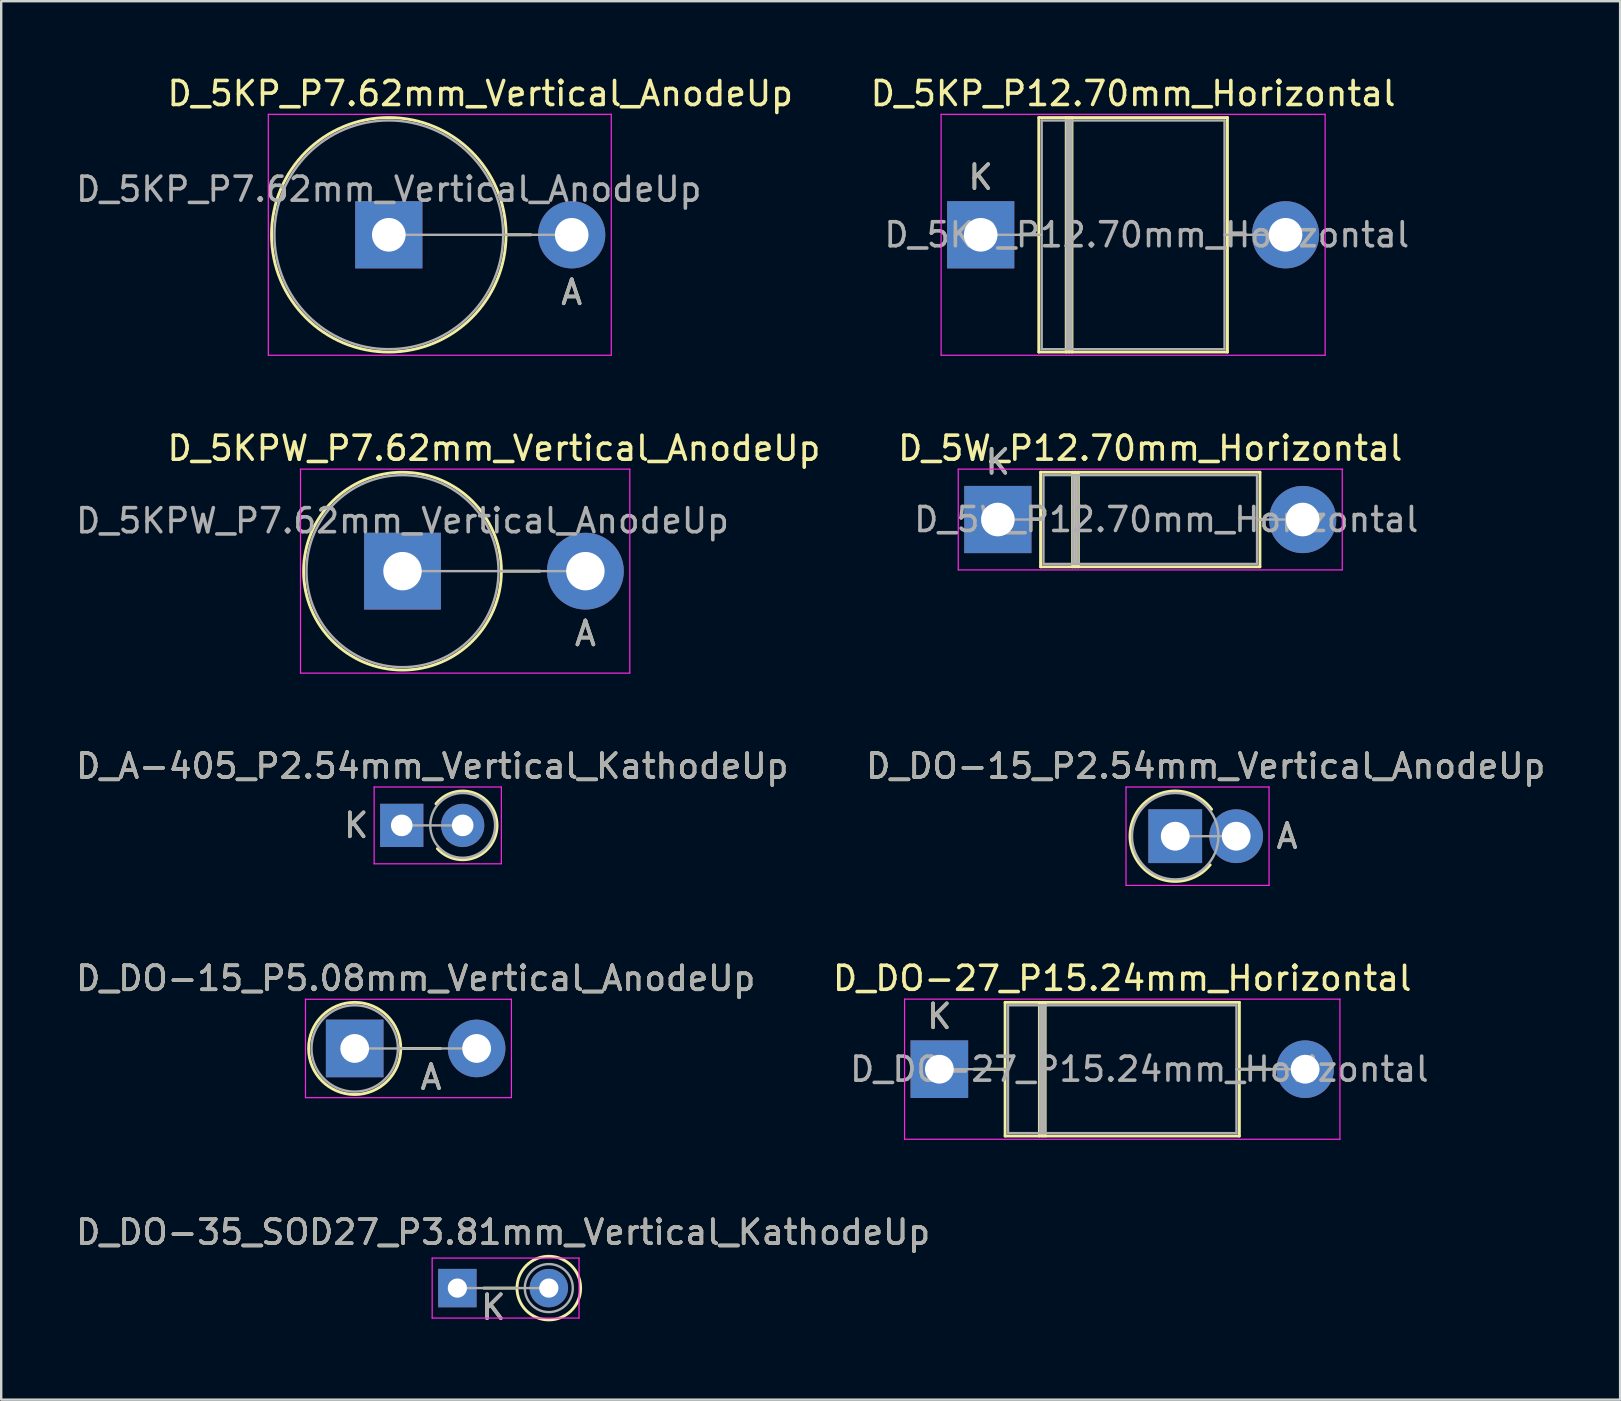
<source format=kicad_pcb>
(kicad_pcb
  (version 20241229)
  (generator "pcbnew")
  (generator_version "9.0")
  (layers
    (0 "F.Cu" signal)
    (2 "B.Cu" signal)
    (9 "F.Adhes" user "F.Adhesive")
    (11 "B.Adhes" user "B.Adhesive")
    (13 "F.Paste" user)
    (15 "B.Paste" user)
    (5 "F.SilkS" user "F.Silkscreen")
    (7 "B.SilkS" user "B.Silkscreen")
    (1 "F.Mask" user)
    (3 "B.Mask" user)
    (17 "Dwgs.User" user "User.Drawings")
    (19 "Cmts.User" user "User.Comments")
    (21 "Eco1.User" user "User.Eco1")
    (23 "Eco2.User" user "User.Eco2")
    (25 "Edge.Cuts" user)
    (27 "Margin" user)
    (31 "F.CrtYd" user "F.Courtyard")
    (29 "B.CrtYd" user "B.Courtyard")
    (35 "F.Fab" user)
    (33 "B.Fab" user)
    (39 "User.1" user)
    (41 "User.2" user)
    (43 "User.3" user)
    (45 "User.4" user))
  (footprint "D_DO-15_P5.08mm_Vertical_AnodeUp"
    (layer "F.Cu")
    (at 11.728 40.633)
    (property "Reference" "D_DO-15_P5.08mm_Vertical_AnodeUp" (at 2.54 -2.92 0) (layer "F.SilkS") (effects (font (size 1 1) (thickness 0.15))))
    (attr through_hole)
    (fp_line (start 1.92 0) (end 3.58 0) (stroke (width 0.12) (type solid)) (layer "F.SilkS"))
    (fp_circle (center 0 0) (end 1.92 0) (stroke (width 0.12) (type solid)) (fill no) (layer "F.SilkS"))
    (fp_line (start -2.05 -2.05) (end -2.05 2.05) (stroke (width 0.05) (type solid)) (layer "F.CrtYd"))
    (fp_line (start -2.05 2.05) (end 6.53 2.05) (stroke (width 0.05) (type solid)) (layer "F.CrtYd"))
    (fp_line (start 6.53 -2.05) (end -2.05 -2.05) (stroke (width 0.05) (type solid)) (layer "F.CrtYd"))
    (fp_line (start 6.53 2.05) (end 6.53 -2.05) (stroke (width 0.05) (type solid)) (layer "F.CrtYd"))
    (fp_line (start 0 0) (end 5.08 0) (stroke (width 0.1) (type solid)) (layer "F.Fab"))
    (fp_circle (center 0 0) (end 1.8 0) (stroke (width 0.1) (type solid)) (fill no) (layer "F.Fab"))
    (fp_text user "A" (at 3.18 1.2 0) (layer "F.SilkS") (effects (font (size 1 1) (thickness 0.15))))
    (fp_text user "A" (at 3.18 1.2 0) (layer "F.Fab") (effects (font (size 1 1) (thickness 0.15))))
    (fp_text user "${REFERENCE}" (at 2.54 -2.92 0) (layer "F.Fab") (effects (font (size 1 1) (thickness 0.15))))
    (pad "1" thru_hole rect (at 0 0) (size 2.4 2.4) (drill 1.2) (layers "*.Cu" "*.Mask"))
    (pad "2" thru_hole oval (at 5.08 0) (size 2.4 2.4) (drill 1.2) (layers "*.Cu" "*.Mask")))
  (footprint "D_DO-15_P2.54mm_Vertical_AnodeUp"
    (layer "F.Cu")
    (at 45.915 31.79)
    (property "Reference" "D_DO-15_P2.54mm_Vertical_AnodeUp" (at 1.27 -2.92 0) (layer "F.SilkS") (effects (font (size 1 1) (thickness 0.15))))
    (attr through_hole)
    (fp_arc (start 1.456371 1.194732) (mid -1.883124 -0.047368) (end 1.514596 -1.12) (stroke (width 0.12) (type solid)) (layer "F.SilkS"))
    (fp_line (start -2.05 -2.05) (end -2.05 2.05) (stroke (width 0.05) (type solid)) (layer "F.CrtYd"))
    (fp_line (start -2.05 2.05) (end 3.91 2.05) (stroke (width 0.05) (type solid)) (layer "F.CrtYd"))
    (fp_line (start 3.91 -2.05) (end -2.05 -2.05) (stroke (width 0.05) (type solid)) (layer "F.CrtYd"))
    (fp_line (start 3.91 2.05) (end 3.91 -2.05) (stroke (width 0.05) (type solid)) (layer "F.CrtYd"))
    (fp_line (start 0 0) (end 2.54 0) (stroke (width 0.1) (type solid)) (layer "F.Fab"))
    (fp_circle (center 0 0) (end 1.8 0) (stroke (width 0.1) (type solid)) (fill no) (layer "F.Fab"))
    (fp_text user "A" (at 4.66 0 0) (layer "F.SilkS") (effects (font (size 1 1) (thickness 0.15))))
    (fp_text user "A" (at 4.66 0 0) (layer "F.Fab") (effects (font (size 1 1) (thickness 0.15))))
    (fp_text user "${REFERENCE}" (at 1.27 -2.92 0) (layer "F.Fab") (effects (font (size 1 1) (thickness 0.15))))
    (pad "1" thru_hole rect (at 0 0) (size 2.24 2.24) (drill 1.2) (layers "*.Cu" "*.Mask"))
    (pad "2" thru_hole oval (at 2.54 0) (size 2.24 2.24) (drill 1.2) (layers "*.Cu" "*.Mask")))
  (footprint "D_DO-27_P15.24mm_Horizontal"
    (layer "F.Cu")
    (at 36.088 41.498)
    (property "Reference" "D_DO-27_P15.24mm_Horizontal" (at 7.62 -3.785 0) (layer "F.SilkS") (effects (font (size 1 1) (thickness 0.15))))
    (attr through_hole)
    (fp_line (start 1.44 0) (end 2.74 0) (stroke (width 0.12) (type solid)) (layer "F.SilkS"))
    (fp_line (start 2.74 -2.785) (end 2.74 2.785) (stroke (width 0.12) (type solid)) (layer "F.SilkS"))
    (fp_line (start 2.74 2.785) (end 12.5 2.785) (stroke (width 0.12) (type solid)) (layer "F.SilkS"))
    (fp_line (start 4.168 -2.785) (end 4.168 2.785) (stroke (width 0.12) (type solid)) (layer "F.SilkS"))
    (fp_line (start 4.288 -2.785) (end 4.288 2.785) (stroke (width 0.12) (type solid)) (layer "F.SilkS"))
    (fp_line (start 4.408 -2.785) (end 4.408 2.785) (stroke (width 0.12) (type solid)) (layer "F.SilkS"))
    (fp_line (start 12.5 -2.785) (end 2.74 -2.785) (stroke (width 0.12) (type solid)) (layer "F.SilkS"))
    (fp_line (start 12.5 2.785) (end 12.5 -2.785) (stroke (width 0.12) (type solid)) (layer "F.SilkS"))
    (fp_line (start 13.8 0) (end 12.5 0) (stroke (width 0.12) (type solid)) (layer "F.SilkS"))
    (fp_line (start -1.45 -2.92) (end -1.45 2.92) (stroke (width 0.05) (type solid)) (layer "F.CrtYd"))
    (fp_line (start -1.45 2.92) (end 16.69 2.92) (stroke (width 0.05) (type solid)) (layer "F.CrtYd"))
    (fp_line (start 16.69 -2.92) (end -1.45 -2.92) (stroke (width 0.05) (type solid)) (layer "F.CrtYd"))
    (fp_line (start 16.69 2.92) (end 16.69 -2.92) (stroke (width 0.05) (type solid)) (layer "F.CrtYd"))
    (fp_line (start 0 0) (end 2.86 0) (stroke (width 0.1) (type solid)) (layer "F.Fab"))
    (fp_line (start 2.86 -2.665) (end 2.86 2.665) (stroke (width 0.1) (type solid)) (layer "F.Fab"))
    (fp_line (start 2.86 2.665) (end 12.38 2.665) (stroke (width 0.1) (type solid)) (layer "F.Fab"))
    (fp_line (start 4.188 -2.665) (end 4.188 2.665) (stroke (width 0.1) (type solid)) (layer "F.Fab"))
    (fp_line (start 4.288 -2.665) (end 4.288 2.665) (stroke (width 0.1) (type solid)) (layer "F.Fab"))
    (fp_line (start 4.388 -2.665) (end 4.388 2.665) (stroke (width 0.1) (type solid)) (layer "F.Fab"))
    (fp_line (start 12.38 -2.665) (end 2.86 -2.665) (stroke (width 0.1) (type solid)) (layer "F.Fab"))
    (fp_line (start 12.38 2.665) (end 12.38 -2.665) (stroke (width 0.1) (type solid)) (layer "F.Fab"))
    (fp_line (start 15.24 0) (end 12.38 0) (stroke (width 0.1) (type solid)) (layer "F.Fab"))
    (fp_text user "K" (at 0 -2.2 0) (layer "F.SilkS") (effects (font (size 1 1) (thickness 0.15))))
    (fp_text user "K" (at 0 -2.2 0) (layer "F.Fab") (effects (font (size 1 1) (thickness 0.15))))
    (fp_text user "${REFERENCE}" (at 8.334 0 0) (layer "F.Fab") (effects (font (size 1 1) (thickness 0.15))))
    (pad "1" thru_hole rect (at 0 0) (size 2.4 2.4) (drill 1.2) (layers "*.Cu" "*.Mask"))
    (pad "2" thru_hole oval (at 15.24 0) (size 2.4 2.4) (drill 1.2) (layers "*.Cu" "*.Mask")))
  (footprint "D_5KP_P7.62mm_Vertical_AnodeUp"
    (layer "F.Cu")
    (at 13.149 6.733)
    (property "Reference" "D_5KP_P7.62mm_Vertical_AnodeUp" (at 3.81 -5.885 0) (layer "F.SilkS") (effects (font (size 1 1) (thickness 0.15))))
    (attr through_hole)
    (fp_line (start 4.885 0) (end 5.92 0) (stroke (width 0.12) (type solid)) (layer "F.SilkS"))
    (fp_circle (center 0 0) (end 4.885 0) (stroke (width 0.12) (type solid)) (fill no) (layer "F.SilkS"))
    (fp_line (start -5.02 -5.02) (end -5.02 5.02) (stroke (width 0.05) (type solid)) (layer "F.CrtYd"))
    (fp_line (start -5.02 5.02) (end 9.27 5.02) (stroke (width 0.05) (type solid)) (layer "F.CrtYd"))
    (fp_line (start 9.27 -5.02) (end -5.02 -5.02) (stroke (width 0.05) (type solid)) (layer "F.CrtYd"))
    (fp_line (start 9.27 5.02) (end 9.27 -5.02) (stroke (width 0.05) (type solid)) (layer "F.CrtYd"))
    (fp_line (start 0 0) (end 7.62 0) (stroke (width 0.1) (type solid)) (layer "F.Fab"))
    (fp_circle (center 0 0) (end 4.765 0) (stroke (width 0.1) (type solid)) (fill no) (layer "F.Fab"))
    (fp_text user "A" (at 7.62 2.4 0) (layer "F.SilkS") (effects (font (size 1 1) (thickness 0.15))))
    (fp_text user "A" (at 7.62 2.4 0) (layer "F.Fab") (effects (font (size 1 1) (thickness 0.15))))
    (fp_text user "${REFERENCE}" (at 0 -1.9 0) (layer "F.Fab") (effects (font (size 1 1) (thickness 0.15))))
    (pad "1" thru_hole rect (at 0 0) (size 2.8 2.8) (drill 1.4) (layers "*.Cu" "*.Mask"))
    (pad "2" thru_hole oval (at 7.62 0) (size 2.8 2.8) (drill 1.4) (layers "*.Cu" "*.Mask")))
  (footprint "D_5W_P12.70mm_Horizontal"
    (layer "F.Cu")
    (at 38.525 18.596)
    (property "Reference" "D_5W_P12.70mm_Horizontal" (at 6.35 -2.97 0) (layer "F.SilkS") (effects (font (size 1 1) (thickness 0.15))))
    (attr through_hole)
    (fp_line (start 1.64 0) (end 1.78 0) (stroke (width 0.12) (type solid)) (layer "F.SilkS"))
    (fp_line (start 1.78 -1.97) (end 1.78 1.97) (stroke (width 0.12) (type solid)) (layer "F.SilkS"))
    (fp_line (start 1.78 1.97) (end 10.92 1.97) (stroke (width 0.12) (type solid)) (layer "F.SilkS"))
    (fp_line (start 3.115 -1.97) (end 3.115 1.97) (stroke (width 0.12) (type solid)) (layer "F.SilkS"))
    (fp_line (start 3.235 -1.97) (end 3.235 1.97) (stroke (width 0.12) (type solid)) (layer "F.SilkS"))
    (fp_line (start 3.355 -1.97) (end 3.355 1.97) (stroke (width 0.12) (type solid)) (layer "F.SilkS"))
    (fp_line (start 10.92 -1.97) (end 1.78 -1.97) (stroke (width 0.12) (type solid)) (layer "F.SilkS"))
    (fp_line (start 10.92 1.97) (end 10.92 -1.97) (stroke (width 0.12) (type solid)) (layer "F.SilkS"))
    (fp_line (start 11.06 0) (end 10.92 0) (stroke (width 0.12) (type solid)) (layer "F.SilkS"))
    (fp_line (start -1.65 -2.1) (end -1.65 2.1) (stroke (width 0.05) (type solid)) (layer "F.CrtYd"))
    (fp_line (start -1.65 2.1) (end 14.35 2.1) (stroke (width 0.05) (type solid)) (layer "F.CrtYd"))
    (fp_line (start 14.35 -2.1) (end -1.65 -2.1) (stroke (width 0.05) (type solid)) (layer "F.CrtYd"))
    (fp_line (start 14.35 2.1) (end 14.35 -2.1) (stroke (width 0.05) (type solid)) (layer "F.CrtYd"))
    (fp_line (start 0 0) (end 1.9 0) (stroke (width 0.1) (type solid)) (layer "F.Fab"))
    (fp_line (start 1.9 -1.85) (end 1.9 1.85) (stroke (width 0.1) (type solid)) (layer "F.Fab"))
    (fp_line (start 1.9 1.85) (end 10.8 1.85) (stroke (width 0.1) (type solid)) (layer "F.Fab"))
    (fp_line (start 3.135 -1.85) (end 3.135 1.85) (stroke (width 0.1) (type solid)) (layer "F.Fab"))
    (fp_line (start 3.235 -1.85) (end 3.235 1.85) (stroke (width 0.1) (type solid)) (layer "F.Fab"))
    (fp_line (start 3.335 -1.85) (end 3.335 1.85) (stroke (width 0.1) (type solid)) (layer "F.Fab"))
    (fp_line (start 10.8 -1.85) (end 1.9 -1.85) (stroke (width 0.1) (type solid)) (layer "F.Fab"))
    (fp_line (start 10.8 1.85) (end 10.8 -1.85) (stroke (width 0.1) (type solid)) (layer "F.Fab"))
    (fp_line (start 12.7 0) (end 10.8 0) (stroke (width 0.1) (type solid)) (layer "F.Fab"))
    (fp_text user "K" (at 0 -2.4 0) (layer "F.SilkS") (effects (font (size 1 1) (thickness 0.15))))
    (fp_text user "K" (at 0 -2.4 0) (layer "F.Fab") (effects (font (size 1 1) (thickness 0.15))))
    (fp_text user "${REFERENCE}" (at 7.018 0 0) (layer "F.Fab") (effects (font (size 1 1) (thickness 0.15))))
    (pad "1" thru_hole rect (at 0 0) (size 2.8 2.8) (drill 1.4) (layers "*.Cu" "*.Mask"))
    (pad "2" thru_hole oval (at 12.7 0) (size 2.8 2.8) (drill 1.4) (layers "*.Cu" "*.Mask")))
  (footprint "D_5KP_P12.70mm_Horizontal"
    (layer "F.Cu")
    (at 37.811 6.733)
    (property "Reference" "D_5KP_P12.70mm_Horizontal" (at 6.35 -5.885 0) (layer "F.SilkS") (effects (font (size 1 1) (thickness 0.15))))
    (attr through_hole)
    (fp_line (start 1.64 0) (end 2.42 0) (stroke (width 0.12) (type solid)) (layer "F.SilkS"))
    (fp_line (start 2.42 -4.885) (end 2.42 4.885) (stroke (width 0.12) (type solid)) (layer "F.SilkS"))
    (fp_line (start 2.42 4.885) (end 10.28 4.885) (stroke (width 0.12) (type solid)) (layer "F.SilkS"))
    (fp_line (start 3.563 -4.885) (end 3.563 4.885) (stroke (width 0.12) (type solid)) (layer "F.SilkS"))
    (fp_line (start 3.683 -4.885) (end 3.683 4.885) (stroke (width 0.12) (type solid)) (layer "F.SilkS"))
    (fp_line (start 3.803 -4.885) (end 3.803 4.885) (stroke (width 0.12) (type solid)) (layer "F.SilkS"))
    (fp_line (start 10.28 -4.885) (end 2.42 -4.885) (stroke (width 0.12) (type solid)) (layer "F.SilkS"))
    (fp_line (start 10.28 4.885) (end 10.28 -4.885) (stroke (width 0.12) (type solid)) (layer "F.SilkS"))
    (fp_line (start 11.06 0) (end 10.28 0) (stroke (width 0.12) (type solid)) (layer "F.SilkS"))
    (fp_line (start -1.65 -5.02) (end -1.65 5.02) (stroke (width 0.05) (type solid)) (layer "F.CrtYd"))
    (fp_line (start -1.65 5.02) (end 14.35 5.02) (stroke (width 0.05) (type solid)) (layer "F.CrtYd"))
    (fp_line (start 14.35 -5.02) (end -1.65 -5.02) (stroke (width 0.05) (type solid)) (layer "F.CrtYd"))
    (fp_line (start 14.35 5.02) (end 14.35 -5.02) (stroke (width 0.05) (type solid)) (layer "F.CrtYd"))
    (fp_line (start 0 0) (end 2.54 0) (stroke (width 0.1) (type solid)) (layer "F.Fab"))
    (fp_line (start 2.54 -4.765) (end 2.54 4.765) (stroke (width 0.1) (type solid)) (layer "F.Fab"))
    (fp_line (start 2.54 4.765) (end 10.16 4.765) (stroke (width 0.1) (type solid)) (layer "F.Fab"))
    (fp_line (start 3.583 -4.765) (end 3.583 4.765) (stroke (width 0.1) (type solid)) (layer "F.Fab"))
    (fp_line (start 3.683 -4.765) (end 3.683 4.765) (stroke (width 0.1) (type solid)) (layer "F.Fab"))
    (fp_line (start 3.783 -4.765) (end 3.783 4.765) (stroke (width 0.1) (type solid)) (layer "F.Fab"))
    (fp_line (start 10.16 -4.765) (end 2.54 -4.765) (stroke (width 0.1) (type solid)) (layer "F.Fab"))
    (fp_line (start 10.16 4.765) (end 10.16 -4.765) (stroke (width 0.1) (type solid)) (layer "F.Fab"))
    (fp_line (start 12.7 0) (end 10.16 0) (stroke (width 0.1) (type solid)) (layer "F.Fab"))
    (fp_text user "K" (at 0 -2.4 0) (layer "F.SilkS") (effects (font (size 1 1) (thickness 0.15))))
    (fp_text user "${REFERENCE}" (at 6.921 0 0) (layer "F.Fab") (effects (font (size 1 1) (thickness 0.15))))
    (fp_text user "K" (at 0 -2.4 0) (layer "F.Fab") (effects (font (size 1 1) (thickness 0.15))))
    (pad "1" thru_hole rect (at 0 0) (size 2.8 2.8) (drill 1.4) (layers "*.Cu" "*.Mask"))
    (pad "2" thru_hole oval (at 12.7 0) (size 2.8 2.8) (drill 1.4) (layers "*.Cu" "*.Mask")))
  (footprint "D_5KPW_P7.62mm_Vertical_AnodeUp"
    (layer "F.Cu")
    (at 13.72 20.747)
    (property "Reference" "D_5KPW_P7.62mm_Vertical_AnodeUp" (at 3.81 -5.12 0) (layer "F.SilkS") (effects (font (size 1 1) (thickness 0.15))))
    (attr through_hole)
    (fp_line (start 4.12 0) (end 5.72 0) (stroke (width 0.12) (type solid)) (layer "F.SilkS"))
    (fp_circle (center 0 0) (end 4.12 0) (stroke (width 0.12) (type solid)) (fill no) (layer "F.SilkS"))
    (fp_line (start -4.25 -4.25) (end -4.25 4.25) (stroke (width 0.05) (type solid)) (layer "F.CrtYd"))
    (fp_line (start -4.25 4.25) (end 9.47 4.25) (stroke (width 0.05) (type solid)) (layer "F.CrtYd"))
    (fp_line (start 9.47 -4.25) (end -4.25 -4.25) (stroke (width 0.05) (type solid)) (layer "F.CrtYd"))
    (fp_line (start 9.47 4.25) (end 9.47 -4.25) (stroke (width 0.05) (type solid)) (layer "F.CrtYd"))
    (fp_line (start 0 0) (end 7.62 0) (stroke (width 0.1) (type solid)) (layer "F.Fab"))
    (fp_circle (center 0 0) (end 4 0) (stroke (width 0.1) (type solid)) (fill no) (layer "F.Fab"))
    (fp_text user "A" (at 7.62 2.6 0) (layer "F.SilkS") (effects (font (size 1 1) (thickness 0.15))))
    (fp_text user "${REFERENCE}" (at 0 -2.1 0) (layer "F.Fab") (effects (font (size 1 1) (thickness 0.15))))
    (fp_text user "A" (at 7.62 2.6 0) (layer "F.Fab") (effects (font (size 1 1) (thickness 0.15))))
    (pad "1" thru_hole rect (at 0 0) (size 3.2 3.2) (drill 1.6) (layers "*.Cu" "*.Mask"))
    (pad "2" thru_hole oval (at 7.62 0) (size 3.2 3.2) (drill 1.6) (layers "*.Cu" "*.Mask")))
  (footprint "D_DO-35_SOD27_P3.81mm_Vertical_KathodeUp"
    (layer "F.Cu")
    (at 16.006 50.618)
    (property "Reference" "D_DO-35_SOD27_P3.81mm_Vertical_KathodeUp" (at 1.905 -2.326 0) (layer "F.SilkS") (effects (font (size 1 1) (thickness 0.15))))
    (attr through_hole)
    (fp_line (start 2.484 0) (end 1.1 0) (stroke (width 0.12) (type solid)) (layer "F.SilkS"))
    (fp_circle (center 3.81 0) (end 5.136 0) (stroke (width 0.12) (type solid)) (fill no) (layer "F.SilkS"))
    (fp_line (start -1.05 -1.25) (end -1.05 1.25) (stroke (width 0.05) (type solid)) (layer "F.CrtYd"))
    (fp_line (start -1.05 1.25) (end 5.07 1.25) (stroke (width 0.05) (type solid)) (layer "F.CrtYd"))
    (fp_line (start 5.07 -1.25) (end -1.05 -1.25) (stroke (width 0.05) (type solid)) (layer "F.CrtYd"))
    (fp_line (start 5.07 1.25) (end 5.07 -1.25) (stroke (width 0.05) (type solid)) (layer "F.CrtYd"))
    (fp_line (start 0 0) (end 3.81 0) (stroke (width 0.1) (type solid)) (layer "F.Fab"))
    (fp_circle (center 3.81 0) (end 4.81 0) (stroke (width 0.1) (type solid)) (fill no) (layer "F.Fab"))
    (fp_text user "K" (at 1.5 0.8 0) (layer "F.SilkS") (effects (font (size 1 1) (thickness 0.15))))
    (fp_text user "${REFERENCE}" (at 1.905 -2.326 0) (layer "F.Fab") (effects (font (size 1 1) (thickness 0.15))))
    (fp_text user "K" (at 1.5 0.8 0) (layer "F.Fab") (effects (font (size 1 1) (thickness 0.15))))
    (pad "1" thru_hole rect (at 0 0) (size 1.6 1.6) (drill 0.8) (layers "*.Cu" "*.Mask"))
    (pad "2" thru_hole oval (at 3.81 0) (size 1.6 1.6) (drill 0.8) (layers "*.Cu" "*.Mask")))
  (footprint "D_A-405_P2.54mm_Vertical_KathodeUp"
    (layer "F.Cu")
    (at 13.688 31.34)
    (property "Reference" "D_A-405_P2.54mm_Vertical_KathodeUp" (at 1.27 -2.47 0) (layer "F.SilkS") (effects (font (size 1 1) (thickness 0.15))))
    (attr through_hole)
    (fp_arc (start 1.426761 -0.9) (mid 3.970816 -0.045469) (end 1.48615 0.968866) (stroke (width 0.12) (type solid)) (layer "F.SilkS"))
    (fp_line (start -1.15 -1.6) (end -1.15 1.6) (stroke (width 0.05) (type solid)) (layer "F.CrtYd"))
    (fp_line (start -1.15 1.6) (end 4.15 1.6) (stroke (width 0.05) (type solid)) (layer "F.CrtYd"))
    (fp_line (start 4.15 -1.6) (end -1.15 -1.6) (stroke (width 0.05) (type solid)) (layer "F.CrtYd"))
    (fp_line (start 4.15 1.6) (end 4.15 -1.6) (stroke (width 0.05) (type solid)) (layer "F.CrtYd"))
    (fp_line (start 0 0) (end 2.54 0) (stroke (width 0.1) (type solid)) (layer "F.Fab"))
    (fp_circle (center 2.54 0) (end 3.89 0) (stroke (width 0.1) (type solid)) (fill no) (layer "F.Fab"))
    (fp_text user "K" (at -1.9 0 0) (layer "F.SilkS") (effects (font (size 1 1) (thickness 0.15))))
    (fp_text user "${REFERENCE}" (at 1.27 -2.47 0) (layer "F.Fab") (effects (font (size 1 1) (thickness 0.15))))
    (fp_text user "K" (at -1.9 0 0) (layer "F.Fab") (effects (font (size 1 1) (thickness 0.15))))
    (pad "1" thru_hole rect (at 0 0) (size 1.8 1.8) (drill 0.9) (layers "*.Cu" "*.Mask"))
    (pad "2" thru_hole oval (at 2.54 0) (size 1.8 1.8) (drill 0.9) (layers "*.Cu" "*.Mask")))
  (gr_rect
    (start -3 -3)
    (end 64.452 55.266)
    (stroke (width 0.1) (type default))
    (fill no)
    (layer "Edge.Cuts")))
</source>
